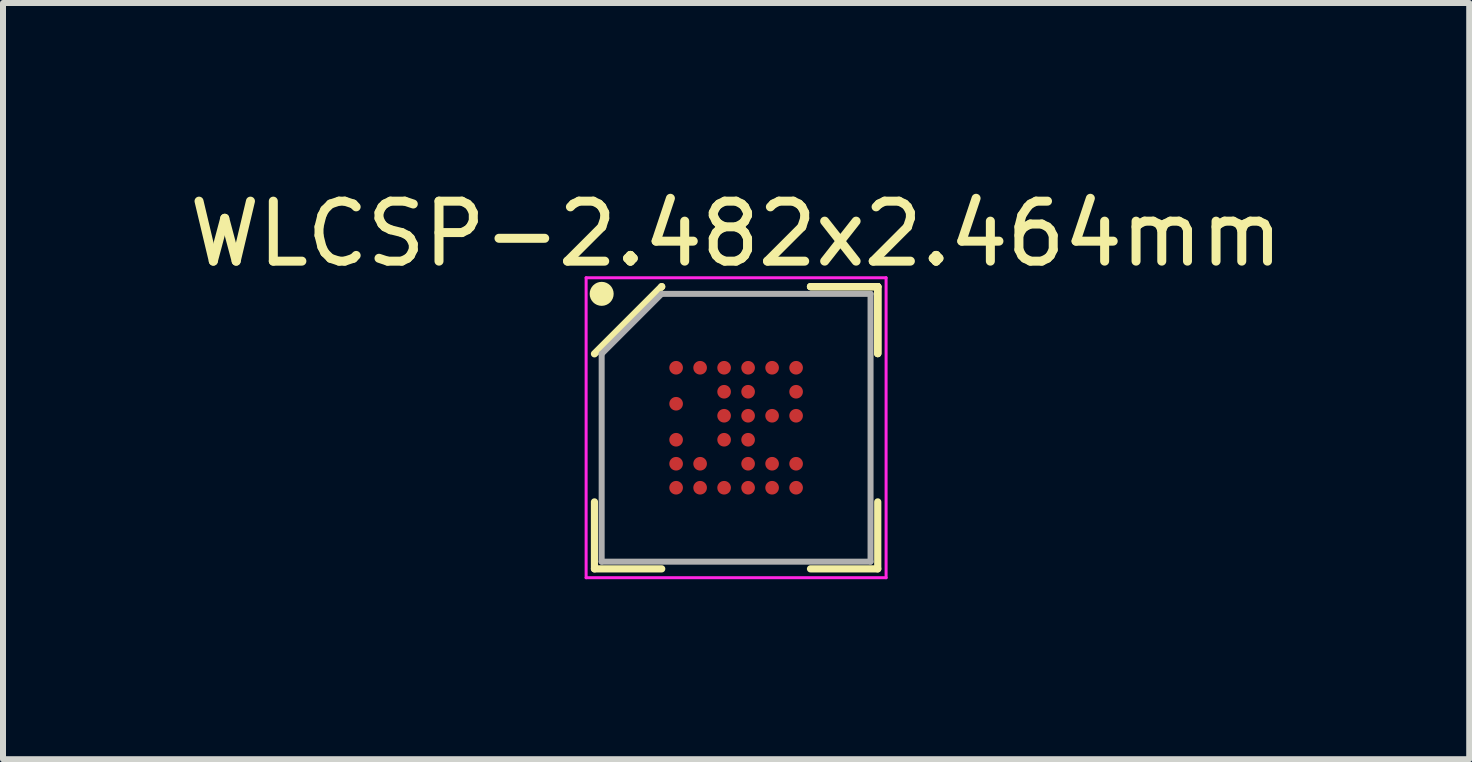
<source format=kicad_pcb>
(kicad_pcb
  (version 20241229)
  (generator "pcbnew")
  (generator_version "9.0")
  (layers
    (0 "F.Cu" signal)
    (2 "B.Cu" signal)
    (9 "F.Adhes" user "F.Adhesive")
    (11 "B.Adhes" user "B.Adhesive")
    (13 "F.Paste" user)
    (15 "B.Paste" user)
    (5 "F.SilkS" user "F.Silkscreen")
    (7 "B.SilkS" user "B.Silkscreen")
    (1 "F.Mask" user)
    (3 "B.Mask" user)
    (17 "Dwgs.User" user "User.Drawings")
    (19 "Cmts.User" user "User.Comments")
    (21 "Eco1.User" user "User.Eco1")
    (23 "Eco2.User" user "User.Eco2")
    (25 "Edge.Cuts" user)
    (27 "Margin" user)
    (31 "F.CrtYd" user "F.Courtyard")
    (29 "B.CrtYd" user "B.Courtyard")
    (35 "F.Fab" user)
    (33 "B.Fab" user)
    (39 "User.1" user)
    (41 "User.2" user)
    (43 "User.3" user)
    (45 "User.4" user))
  (footprint "WLCSP-2.482x2.464mm"
    (layer "F.Cu")
    (at 9.22 4.08)
    (property "Reference" "WLCSP-2.482x2.464mm" (at 0 -3.232 0) (layer "F.SilkS") (effects (font (size 1 1) (thickness 0.15))))
    (attr through_hole)
    (fp_line (start -2.361 2.352) (end -2.361 1.236) (stroke (width 0.12) (type default)) (layer "F.SilkS"))
    (fp_line (start -1.241 -2.352) (end -2.361 -1.232) (stroke (width 0.12) (type default)) (layer "F.SilkS"))
    (fp_line (start -1.24 -2.352) (end -1.241 -2.352) (stroke (width 0.12) (type default)) (layer "F.SilkS"))
    (fp_line (start -1.24 2.352) (end -2.361 2.352) (stroke (width 0.12) (type default)) (layer "F.SilkS"))
    (fp_line (start 1.24 -2.352) (end 2.361 -2.352) (stroke (width 0.12) (type default)) (layer "F.SilkS"))
    (fp_line (start 1.24 -2.352) (end 2.361 -2.352) (stroke (width 0.12) (type default)) (layer "F.SilkS"))
    (fp_line (start 1.24 -2.352) (end 2.361 -2.352) (stroke (width 0.12) (type default)) (layer "F.SilkS"))
    (fp_line (start 1.24 2.352) (end 2.361 2.352) (stroke (width 0.12) (type default)) (layer "F.SilkS"))
    (fp_line (start 2.361 -2.352) (end 2.361 -1.236) (stroke (width 0.12) (type default)) (layer "F.SilkS"))
    (fp_line (start 2.361 -2.352) (end 2.361 -1.236) (stroke (width 0.12) (type default)) (layer "F.SilkS"))
    (fp_line (start 2.361 -2.352) (end 2.361 -1.236) (stroke (width 0.12) (type default)) (layer "F.SilkS"))
    (fp_line (start 2.361 2.352) (end 2.361 1.236) (stroke (width 0.12) (type default)) (layer "F.SilkS"))
    (fp_circle (center -2.241 -2.232) (end -2.241 -2.132) (stroke (width 0.2) (type default)) (fill no) (layer "F.SilkS"))
    (fp_line (start -2.5 -2.5) (end 2.5 -2.5) (stroke (width 0.05) (type default)) (layer "F.CrtYd"))
    (fp_line (start -2.5 2.5) (end -2.5 -2.5) (stroke (width 0.05) (type default)) (layer "F.CrtYd"))
    (fp_line (start 2.5 -2.5) (end 2.5 2.5) (stroke (width 0.05) (type default)) (layer "F.CrtYd"))
    (fp_line (start 2.5 2.5) (end -2.5 2.5) (stroke (width 0.05) (type default)) (layer "F.CrtYd"))
    (fp_line (start -2.241 -1.232) (end -2.241 2.232) (stroke (width 0.1) (type default)) (layer "F.Fab"))
    (fp_line (start -2.241 2.232) (end 2.241 2.232) (stroke (width 0.1) (type default)) (layer "F.Fab"))
    (fp_line (start -1.241 -2.232) (end -2.241 -1.232) (stroke (width 0.1) (type default)) (layer "F.Fab"))
    (fp_line (start 2.241 -2.232) (end -1.241 -2.232) (stroke (width 0.1) (type default)) (layer "F.Fab"))
    (fp_line (start 2.241 2.232) (end 2.241 -2.232) (stroke (width 0.1) (type default)) (layer "F.Fab"))
    (pad "A1" smd circle (at -1 -1) (size 0.227 0.227) (layers "F.Cu" "F.Mask" "F.Paste"))
    (pad "A2" smd circle (at -0.6 -1) (size 0.227 0.227) (layers "F.Cu" "F.Mask" "F.Paste"))
    (pad "A3" smd circle (at -0.2 -1) (size 0.227 0.227) (layers "F.Cu" "F.Mask" "F.Paste"))
    (pad "A4" smd circle (at 0.2 -1) (size 0.227 0.227) (layers "F.Cu" "F.Mask" "F.Paste"))
    (pad "A5" smd circle (at 0.6 -1) (size 0.227 0.227) (layers "F.Cu" "F.Mask" "F.Paste"))
    (pad "A6" smd circle (at 1 -1) (size 0.227 0.227) (layers "F.Cu" "F.Mask" "F.Paste"))
    (pad "B3" smd circle (at -0.2 -0.6) (size 0.227 0.227) (layers "F.Cu" "F.Mask" "F.Paste"))
    (pad "B4" smd circle (at 0.2 -0.6) (size 0.227 0.227) (layers "F.Cu" "F.Mask" "F.Paste"))
    (pad "B6" smd circle (at 1 -0.6) (size 0.227 0.227) (layers "F.Cu" "F.Mask" "F.Paste"))
    (pad "C1" smd circle (at -1 -0.4) (size 0.227 0.227) (layers "F.Cu" "F.Mask" "F.Paste"))
    (pad "D3" smd circle (at -0.2 -0.2) (size 0.227 0.227) (layers "F.Cu" "F.Mask" "F.Paste"))
    (pad "D4" smd circle (at 0.2 -0.2) (size 0.227 0.227) (layers "F.Cu" "F.Mask" "F.Paste"))
    (pad "D5" smd circle (at 0.6 -0.2) (size 0.227 0.227) (layers "F.Cu" "F.Mask" "F.Paste"))
    (pad "D6" smd circle (at 1 -0.2) (size 0.227 0.227) (layers "F.Cu" "F.Mask" "F.Paste"))
    (pad "E1" smd circle (at -1 0.2) (size 0.227 0.227) (layers "F.Cu" "F.Mask" "F.Paste"))
    (pad "E3" smd circle (at -0.2 0.2) (size 0.227 0.227) (layers "F.Cu" "F.Mask" "F.Paste"))
    (pad "E4" smd circle (at 0.2 0.2) (size 0.227 0.227) (layers "F.Cu" "F.Mask" "F.Paste"))
    (pad "F1" smd circle (at -1 0.6) (size 0.227 0.227) (layers "F.Cu" "F.Mask" "F.Paste"))
    (pad "F2" smd circle (at -0.6 0.6) (size 0.227 0.227) (layers "F.Cu" "F.Mask" "F.Paste"))
    (pad "F4" smd circle (at 0.2 0.6) (size 0.227 0.227) (layers "F.Cu" "F.Mask" "F.Paste"))
    (pad "F5" smd circle (at 0.6 0.6) (size 0.227 0.227) (layers "F.Cu" "F.Mask" "F.Paste"))
    (pad "F6" smd circle (at 1 0.6) (size 0.227 0.227) (layers "F.Cu" "F.Mask" "F.Paste"))
    (pad "G1" smd circle (at -1 1) (size 0.227 0.227) (layers "F.Cu" "F.Mask" "F.Paste"))
    (pad "G2" smd circle (at -0.6 1) (size 0.227 0.227) (layers "F.Cu" "F.Mask" "F.Paste"))
    (pad "G3" smd circle (at -0.2 1) (size 0.227 0.227) (layers "F.Cu" "F.Mask" "F.Paste"))
    (pad "G4" smd circle (at 0.2 1) (size 0.227 0.227) (layers "F.Cu" "F.Mask" "F.Paste"))
    (pad "G5" smd circle (at 0.6 1) (size 0.227 0.227) (layers "F.Cu" "F.Mask" "F.Paste"))
    (pad "G6" smd circle (at 1 1) (size 0.227 0.227) (layers "F.Cu" "F.Mask" "F.Paste")))
  (gr_rect
    (start -3 -3)
    (end 21.44 9.605)
    (stroke (width 0.1) (type default))
    (fill no)
    (layer "Edge.Cuts")))
</source>
